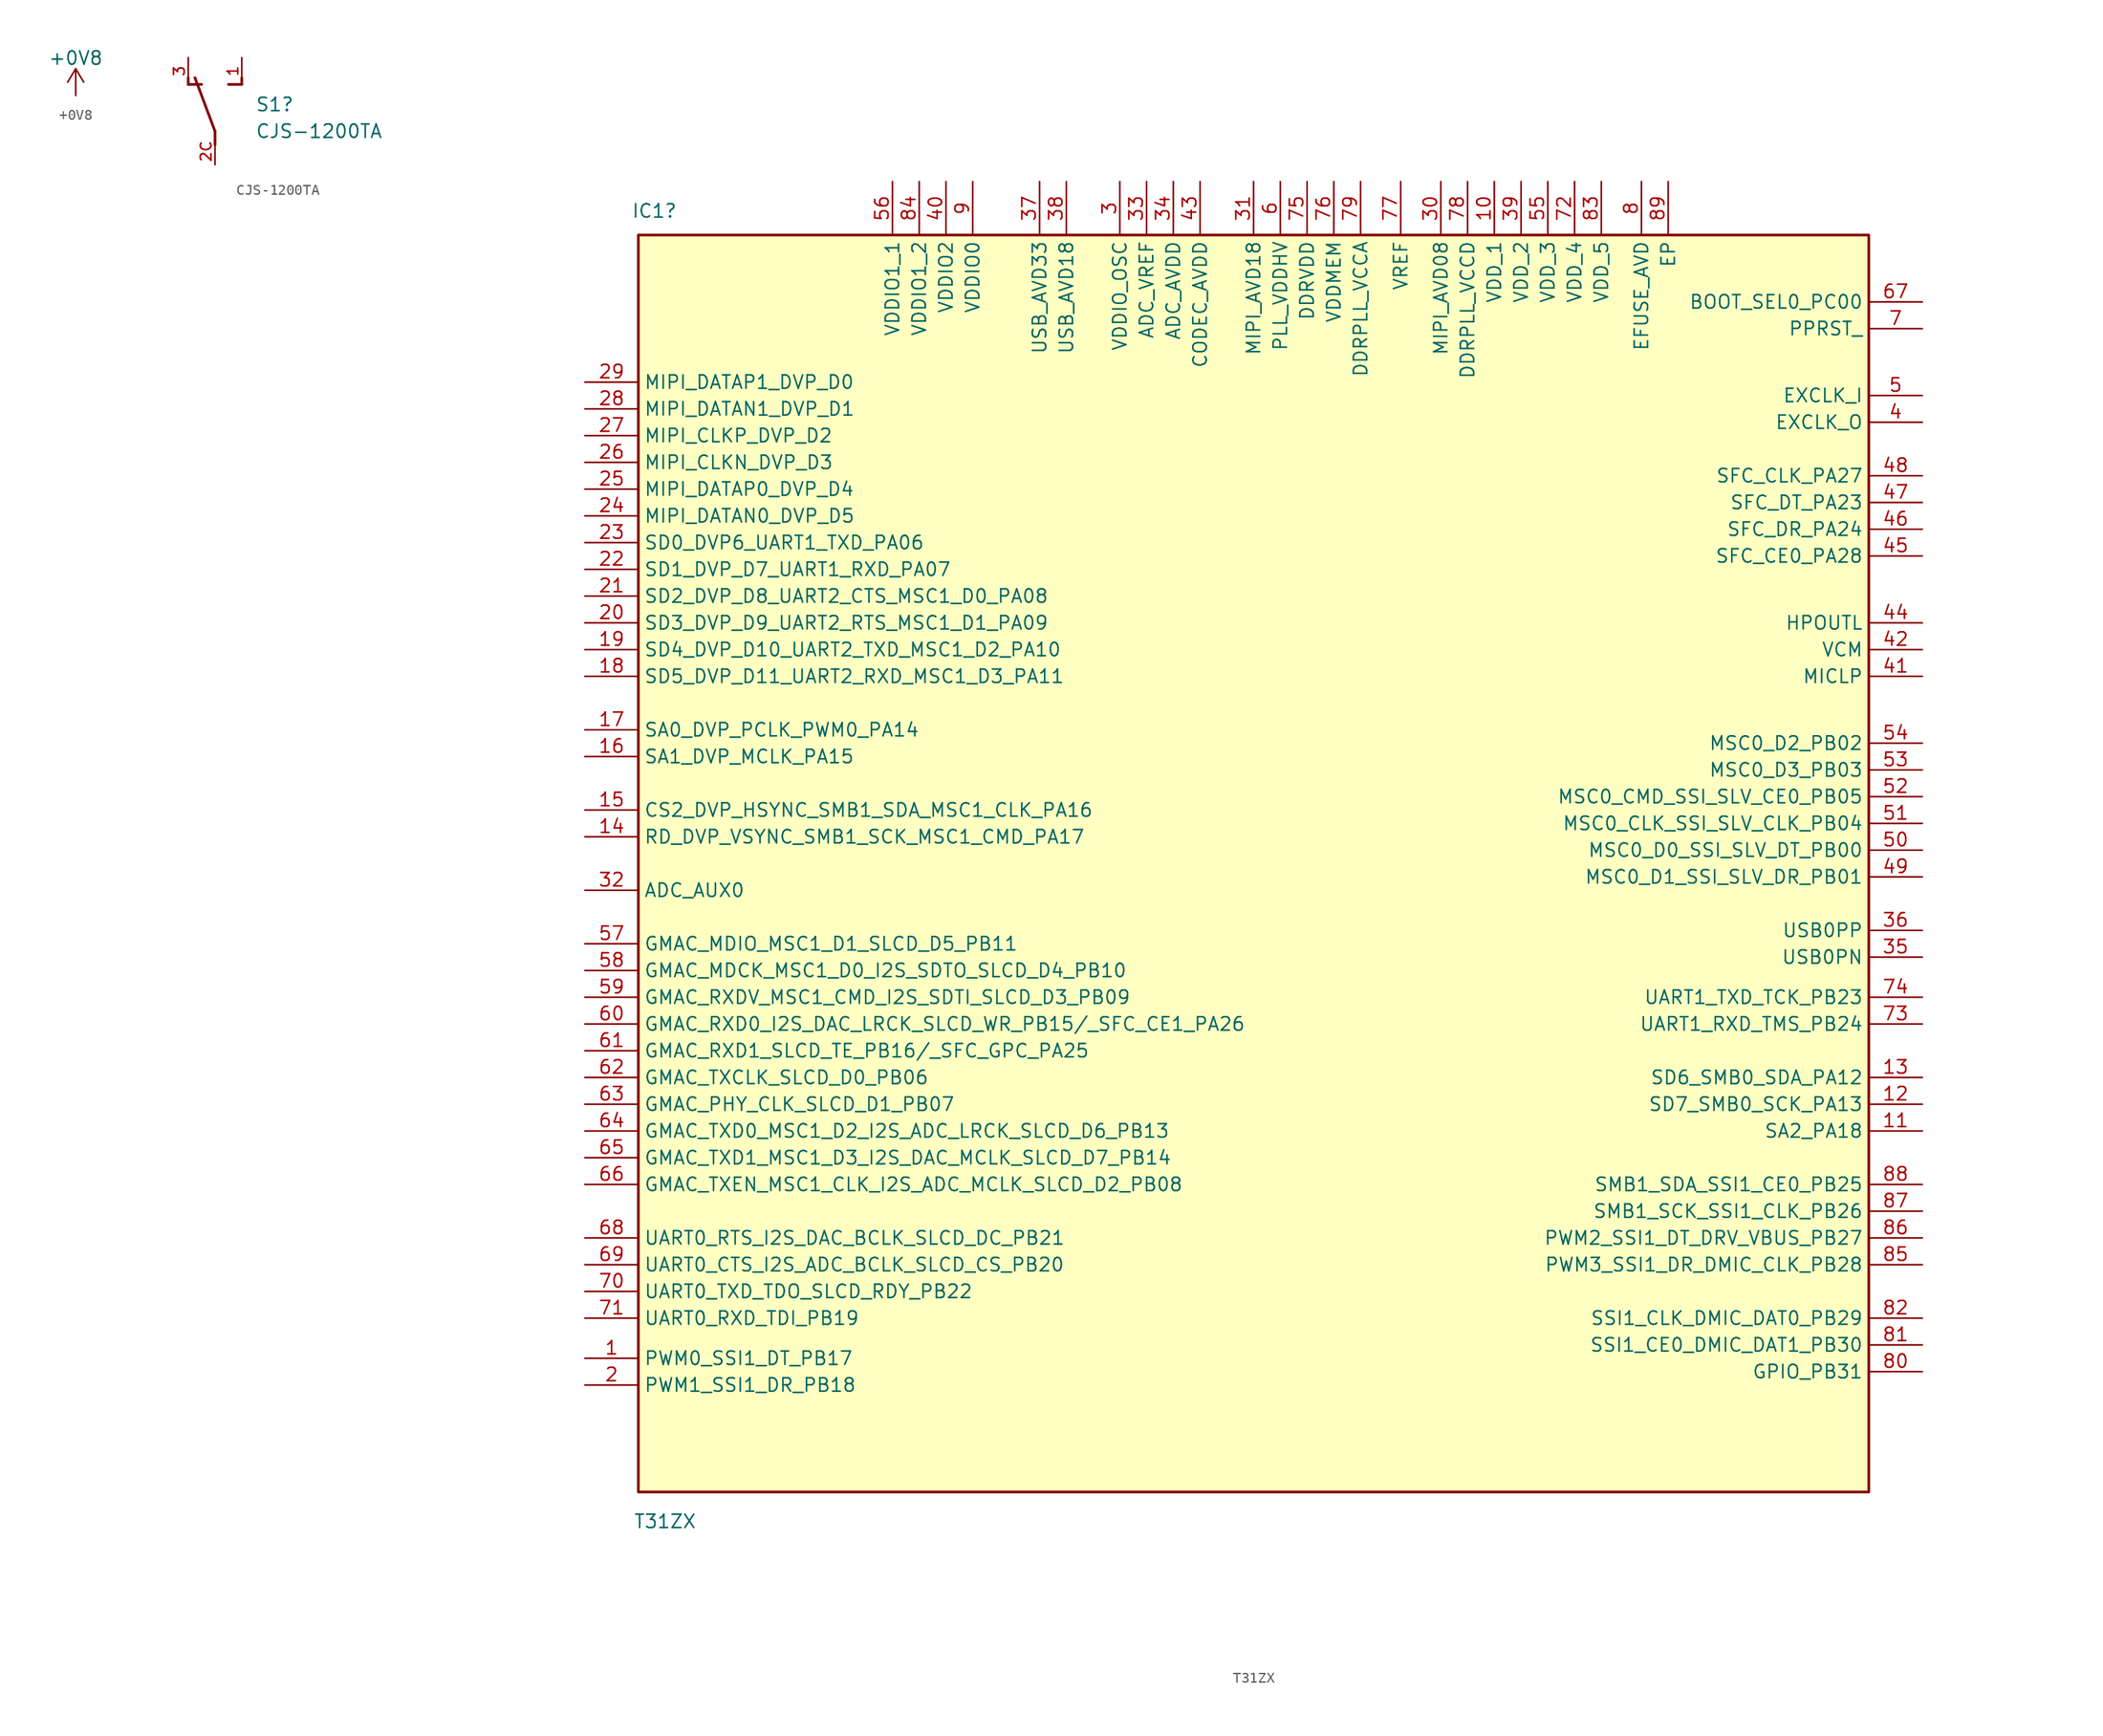
<source format=kicad_sym>
(kicad_symbol_lib
  (version 20220914)
  (generator kicad_symbol_editor)
  (symbol "+0V8"
    (power)
    (pin_names
      (offset 0))
    (property "Reference" "#PWR"
      (at 0 -3.81 0)
      (effects (font (size 1.27 1.27)) hide))
    (property "Value" "+0V8"
      (at 0 3.556 0)
      (effects (font (size 1.27 1.27))))
    (symbol "+0V8_0_1"
      (polyline (pts (xy -0.762 1.27) (xy 0 2.54)) (stroke (width 0) (type default)) (fill (type none)))
      (polyline (pts (xy 0 0) (xy 0 2.54)) (stroke (width 0) (type default)) (fill (type none)))
      (polyline (pts (xy 0 2.54) (xy 0.762 1.27)) (stroke (width 0) (type default)) (fill (type none))))
    (symbol "+0V8_1_1"
      (pin power_in line (at 0 0 90) (length 0) hide (name "+0V8" (effects (font (size 1.27 1.27)))) (number "1" (effects (font (size 1.27 1.27)))))))
  (symbol "CJS-1200TA"
    (pin_names
      (offset 1.016))
    (property "Reference" "S1"
      (at 3.81 0.635 0)
      (effects (font (size 1.27 1.27)) (justify left)))
    (property "Value" "CJS-1200TA"
      (at 3.81 -1.905 0)
      (effects (font (size 1.27 1.27)) (justify left)))
    (symbol "CJS-1200TA_0_0"
      (polyline (pts (xy -2.54 2.54) (xy -2.54 3.175)) (stroke (width 0.254) (type default)) (fill (type none)))
      (polyline (pts (xy -2.54 2.54) (xy -1.27 2.54)) (stroke (width 0.254) (type default)) (fill (type none)))
      (polyline (pts (xy 0 -3.175) (xy 0 -1.905)) (stroke (width 0.254) (type default)) (fill (type none)))
      (polyline (pts (xy 0 -1.905) (xy -1.905 3.175)) (stroke (width 0.254) (type default)) (fill (type none)))
      (polyline (pts (xy 1.27 2.54) (xy 2.54 2.54)) (stroke (width 0.254) (type default)) (fill (type none)))
      (polyline (pts (xy 2.54 2.54) (xy 2.54 3.175)) (stroke (width 0.254) (type default)) (fill (type none)))
      (pin passive line (at 2.54 5.08 270) (length 2.54) (name "~" (effects (font (size 1.016 1.016)))) (number "1" (effects (font (size 1.016 1.016)))))
      (pin passive line (at 0 -5.08 90) (length 2.54) (name "~" (effects (font (size 1.016 1.016)))) (number "2C" (effects (font (size 1.016 1.016)))))
      (pin passive line (at -2.54 5.08 270) (length 2.54) (name "~" (effects (font (size 1.016 1.016)))) (number "3" (effects (font (size 1.016 1.016)))))))
  (symbol "T31ZX"
    (property "Reference" "IC1"
      (at 6.604 53.086 0)
      (effects (font (size 1.27 1.27))))
    (property "Value" "T31ZX"
      (at 7.62 -71.374 0)
      (effects (font (size 1.27 1.27))))
    (symbol "T31ZX_1_1"
      (rectangle (start 5.08 50.8) (end 121.92 -68.58) (stroke (width 0.254) (type default)) (fill (type background)))
      (pin passive line (at 0 -55.88 0) (length 5.08) (name "PWM0_SSI1_DT_PB17" (effects (font (size 1.27 1.27)))) (number "1" (effects (font (size 1.27 1.27)))))
      (pin passive line (at 86.36 55.88 270) (length 5.08) (name "VDD_1" (effects (font (size 1.27 1.27)))) (number "10" (effects (font (size 1.27 1.27)))))
      (pin passive line (at 127 -34.29 180) (length 5.08) (name "SA2_PA18" (effects (font (size 1.27 1.27)))) (number "11" (effects (font (size 1.27 1.27)))))
      (pin passive line (at 127 -31.75 180) (length 5.08) (name "SD7_SMB0_SCK_PA13" (effects (font (size 1.27 1.27)))) (number "12" (effects (font (size 1.27 1.27)))))
      (pin passive line (at 127 -29.21 180) (length 5.08) (name "SD6_SMB0_SDA_PA12" (effects (font (size 1.27 1.27)))) (number "13" (effects (font (size 1.27 1.27)))))
      (pin passive line (at 0 -6.35 0) (length 5.08) (name "RD_DVP_VSYNC_SMB1_SCK_MSC1_CMD_PA17" (effects (font (size 1.27 1.27)))) (number "14" (effects (font (size 1.27 1.27)))))
      (pin passive line (at 0 -3.81 0) (length 5.08) (name "CS2_DVP_HSYNC_SMB1_SDA_MSC1_CLK_PA16" (effects (font (size 1.27 1.27)))) (number "15" (effects (font (size 1.27 1.27)))))
      (pin passive line (at 0 1.27 0) (length 5.08) (name "SA1_DVP_MCLK_PA15" (effects (font (size 1.27 1.27)))) (number "16" (effects (font (size 1.27 1.27)))))
      (pin passive line (at 0 3.81 0) (length 5.08) (name "SA0_DVP_PCLK_PWM0_PA14" (effects (font (size 1.27 1.27)))) (number "17" (effects (font (size 1.27 1.27)))))
      (pin passive line (at 0 8.89 0) (length 5.08) (name "SD5_DVP_D11_UART2_RXD_MSC1_D3_PA11" (effects (font (size 1.27 1.27)))) (number "18" (effects (font (size 1.27 1.27)))))
      (pin passive line (at 0 11.43 0) (length 5.08) (name "SD4_DVP_D10_UART2_TXD_MSC1_D2_PA10" (effects (font (size 1.27 1.27)))) (number "19" (effects (font (size 1.27 1.27)))))
      (pin passive line (at 0 -58.42 0) (length 5.08) (name "PWM1_SSI1_DR_PB18" (effects (font (size 1.27 1.27)))) (number "2" (effects (font (size 1.27 1.27)))))
      (pin passive line (at 0 13.97 0) (length 5.08) (name "SD3_DVP_D9_UART2_RTS_MSC1_D1_PA09" (effects (font (size 1.27 1.27)))) (number "20" (effects (font (size 1.27 1.27)))))
      (pin passive line (at 0 16.51 0) (length 5.08) (name "SD2_DVP_D8_UART2_CTS_MSC1_D0_PA08" (effects (font (size 1.27 1.27)))) (number "21" (effects (font (size 1.27 1.27)))))
      (pin passive line (at 0 19.05 0) (length 5.08) (name "SD1_DVP_D7_UART1_RXD_PA07" (effects (font (size 1.27 1.27)))) (number "22" (effects (font (size 1.27 1.27)))))
      (pin passive line (at 0 21.59 0) (length 5.08) (name "SD0_DVP6_UART1_TXD_PA06" (effects (font (size 1.27 1.27)))) (number "23" (effects (font (size 1.27 1.27)))))
      (pin passive line (at 0 24.13 0) (length 5.08) (name "MIPI_DATAN0_DVP_D5" (effects (font (size 1.27 1.27)))) (number "24" (effects (font (size 1.27 1.27)))))
      (pin passive line (at 0 26.67 0) (length 5.08) (name "MIPI_DATAP0_DVP_D4" (effects (font (size 1.27 1.27)))) (number "25" (effects (font (size 1.27 1.27)))))
      (pin passive line (at 0 29.21 0) (length 5.08) (name "MIPI_CLKN_DVP_D3" (effects (font (size 1.27 1.27)))) (number "26" (effects (font (size 1.27 1.27)))))
      (pin passive line (at 0 31.75 0) (length 5.08) (name "MIPI_CLKP_DVP_D2" (effects (font (size 1.27 1.27)))) (number "27" (effects (font (size 1.27 1.27)))))
      (pin passive line (at 0 34.29 0) (length 5.08) (name "MIPI_DATAN1_DVP_D1" (effects (font (size 1.27 1.27)))) (number "28" (effects (font (size 1.27 1.27)))))
      (pin passive line (at 0 36.83 0) (length 5.08) (name "MIPI_DATAP1_DVP_D0" (effects (font (size 1.27 1.27)))) (number "29" (effects (font (size 1.27 1.27)))))
      (pin passive line (at 50.8 55.88 270) (length 5.08) (name "VDDIO_OSC" (effects (font (size 1.27 1.27)))) (number "3" (effects (font (size 1.27 1.27)))))
      (pin passive line (at 81.28 55.88 270) (length 5.08) (name "MIPI_AVD08" (effects (font (size 1.27 1.27)))) (number "30" (effects (font (size 1.27 1.27)))))
      (pin passive line (at 63.5 55.88 270) (length 5.08) (name "MIPI_AVD18" (effects (font (size 1.27 1.27)))) (number "31" (effects (font (size 1.27 1.27)))))
      (pin passive line (at 0 -11.43 0) (length 5.08) (name "ADC_AUX0" (effects (font (size 1.27 1.27)))) (number "32" (effects (font (size 1.27 1.27)))))
      (pin passive line (at 53.34 55.88 270) (length 5.08) (name "ADC_VREF" (effects (font (size 1.27 1.27)))) (number "33" (effects (font (size 1.27 1.27)))))
      (pin passive line (at 55.88 55.88 270) (length 5.08) (name "ADC_AVDD" (effects (font (size 1.27 1.27)))) (number "34" (effects (font (size 1.27 1.27)))))
      (pin passive line (at 127 -17.78 180) (length 5.08) (name "USB0PN" (effects (font (size 1.27 1.27)))) (number "35" (effects (font (size 1.27 1.27)))))
      (pin passive line (at 127 -15.24 180) (length 5.08) (name "USB0PP" (effects (font (size 1.27 1.27)))) (number "36" (effects (font (size 1.27 1.27)))))
      (pin passive line (at 43.18 55.88 270) (length 5.08) (name "USB_AVD33" (effects (font (size 1.27 1.27)))) (number "37" (effects (font (size 1.27 1.27)))))
      (pin passive line (at 45.72 55.88 270) (length 5.08) (name "USB_AVD18" (effects (font (size 1.27 1.27)))) (number "38" (effects (font (size 1.27 1.27)))))
      (pin passive line (at 88.9 55.88 270) (length 5.08) (name "VDD_2" (effects (font (size 1.27 1.27)))) (number "39" (effects (font (size 1.27 1.27)))))
      (pin passive line (at 127 33.02 180) (length 5.08) (name "EXCLK_O" (effects (font (size 1.27 1.27)))) (number "4" (effects (font (size 1.27 1.27)))))
      (pin passive line (at 34.29 55.88 270) (length 5.08) (name "VDDIO2" (effects (font (size 1.27 1.27)))) (number "40" (effects (font (size 1.27 1.27)))))
      (pin passive line (at 127 8.89 180) (length 5.08) (name "MICLP" (effects (font (size 1.27 1.27)))) (number "41" (effects (font (size 1.27 1.27)))))
      (pin passive line (at 127 11.43 180) (length 5.08) (name "VCM" (effects (font (size 1.27 1.27)))) (number "42" (effects (font (size 1.27 1.27)))))
      (pin passive line (at 58.42 55.88 270) (length 5.08) (name "CODEC_AVDD" (effects (font (size 1.27 1.27)))) (number "43" (effects (font (size 1.27 1.27)))))
      (pin passive line (at 127 13.97 180) (length 5.08) (name "HPOUTL" (effects (font (size 1.27 1.27)))) (number "44" (effects (font (size 1.27 1.27)))))
      (pin passive line (at 127 20.32 180) (length 5.08) (name "SFC_CE0_PA28" (effects (font (size 1.27 1.27)))) (number "45" (effects (font (size 1.27 1.27)))))
      (pin passive line (at 127 22.86 180) (length 5.08) (name "SFC_DR_PA24" (effects (font (size 1.27 1.27)))) (number "46" (effects (font (size 1.27 1.27)))))
      (pin passive line (at 127 25.4 180) (length 5.08) (name "SFC_DT_PA23" (effects (font (size 1.27 1.27)))) (number "47" (effects (font (size 1.27 1.27)))))
      (pin passive line (at 127 27.94 180) (length 5.08) (name "SFC_CLK_PA27" (effects (font (size 1.27 1.27)))) (number "48" (effects (font (size 1.27 1.27)))))
      (pin passive line (at 127 -10.16 180) (length 5.08) (name "MSC0_D1_SSI_SLV_DR_PB01" (effects (font (size 1.27 1.27)))) (number "49" (effects (font (size 1.27 1.27)))))
      (pin passive line (at 127 35.56 180) (length 5.08) (name "EXCLK_I" (effects (font (size 1.27 1.27)))) (number "5" (effects (font (size 1.27 1.27)))))
      (pin passive line (at 127 -7.62 180) (length 5.08) (name "MSC0_D0_SSI_SLV_DT_PB00" (effects (font (size 1.27 1.27)))) (number "50" (effects (font (size 1.27 1.27)))))
      (pin passive line (at 127 -5.08 180) (length 5.08) (name "MSC0_CLK_SSI_SLV_CLK_PB04" (effects (font (size 1.27 1.27)))) (number "51" (effects (font (size 1.27 1.27)))))
      (pin passive line (at 127 -2.54 180) (length 5.08) (name "MSC0_CMD_SSI_SLV_CE0_PB05" (effects (font (size 1.27 1.27)))) (number "52" (effects (font (size 1.27 1.27)))))
      (pin passive line (at 127 0 180) (length 5.08) (name "MSC0_D3_PB03" (effects (font (size 1.27 1.27)))) (number "53" (effects (font (size 1.27 1.27)))))
      (pin passive line (at 127 2.54 180) (length 5.08) (name "MSC0_D2_PB02" (effects (font (size 1.27 1.27)))) (number "54" (effects (font (size 1.27 1.27)))))
      (pin passive line (at 91.44 55.88 270) (length 5.08) (name "VDD_3" (effects (font (size 1.27 1.27)))) (number "55" (effects (font (size 1.27 1.27)))))
      (pin passive line (at 29.21 55.88 270) (length 5.08) (name "VDDIO1_1" (effects (font (size 1.27 1.27)))) (number "56" (effects (font (size 1.27 1.27)))))
      (pin passive line (at 0 -16.51 0) (length 5.08) (name "GMAC_MDIO_MSC1_D1_SLCD_D5_PB11" (effects (font (size 1.27 1.27)))) (number "57" (effects (font (size 1.27 1.27)))))
      (pin passive line (at 0 -19.05 0) (length 5.08) (name "GMAC_MDCK_MSC1_D0_I2S_SDTO_SLCD_D4_PB10" (effects (font (size 1.27 1.27)))) (number "58" (effects (font (size 1.27 1.27)))))
      (pin passive line (at 0 -21.59 0) (length 5.08) (name "GMAC_RXDV_MSC1_CMD_I2S_SDTI_SLCD_D3_PB09" (effects (font (size 1.27 1.27)))) (number "59" (effects (font (size 1.27 1.27)))))
      (pin passive line (at 66.04 55.88 270) (length 5.08) (name "PLL_VDDHV" (effects (font (size 1.27 1.27)))) (number "6" (effects (font (size 1.27 1.27)))))
      (pin passive line (at 0 -24.13 0) (length 5.08) (name "GMAC_RXD0_I2S_DAC_LRCK_SLCD_WR_PB15/_SFC_CE1_PA26" (effects (font (size 1.27 1.27)))) (number "60" (effects (font (size 1.27 1.27)))))
      (pin passive line (at 0 -26.67 0) (length 5.08) (name "GMAC_RXD1_SLCD_TE_PB16/_SFC_GPC_PA25" (effects (font (size 1.27 1.27)))) (number "61" (effects (font (size 1.27 1.27)))))
      (pin passive line (at 0 -29.21 0) (length 5.08) (name "GMAC_TXCLK_SLCD_D0_PB06" (effects (font (size 1.27 1.27)))) (number "62" (effects (font (size 1.27 1.27)))))
      (pin passive line (at 0 -31.75 0) (length 5.08) (name "GMAC_PHY_CLK_SLCD_D1_PB07" (effects (font (size 1.27 1.27)))) (number "63" (effects (font (size 1.27 1.27)))))
      (pin passive line (at 0 -34.29 0) (length 5.08) (name "GMAC_TXD0_MSC1_D2_I2S_ADC_LRCK_SLCD_D6_PB13" (effects (font (size 1.27 1.27)))) (number "64" (effects (font (size 1.27 1.27)))))
      (pin passive line (at 0 -36.83 0) (length 5.08) (name "GMAC_TXD1_MSC1_D3_I2S_DAC_MCLK_SLCD_D7_PB14" (effects (font (size 1.27 1.27)))) (number "65" (effects (font (size 1.27 1.27)))))
      (pin passive line (at 0 -39.37 0) (length 5.08) (name "GMAC_TXEN_MSC1_CLK_I2S_ADC_MCLK_SLCD_D2_PB08" (effects (font (size 1.27 1.27)))) (number "66" (effects (font (size 1.27 1.27)))))
      (pin passive line (at 127 44.45 180) (length 5.08) (name "BOOT_SEL0_PC00" (effects (font (size 1.27 1.27)))) (number "67" (effects (font (size 1.27 1.27)))))
      (pin passive line (at 0 -44.45 0) (length 5.08) (name "UART0_RTS_I2S_DAC_BCLK_SLCD_DC_PB21" (effects (font (size 1.27 1.27)))) (number "68" (effects (font (size 1.27 1.27)))))
      (pin passive line (at 0 -46.99 0) (length 5.08) (name "UART0_CTS_I2S_ADC_BCLK_SLCD_CS_PB20" (effects (font (size 1.27 1.27)))) (number "69" (effects (font (size 1.27 1.27)))))
      (pin passive line (at 127 41.91 180) (length 5.08) (name "PPRST_" (effects (font (size 1.27 1.27)))) (number "7" (effects (font (size 1.27 1.27)))))
      (pin passive line (at 0 -49.53 0) (length 5.08) (name "UART0_TXD_TDO_SLCD_RDY_PB22" (effects (font (size 1.27 1.27)))) (number "70" (effects (font (size 1.27 1.27)))))
      (pin passive line (at 0 -52.07 0) (length 5.08) (name "UART0_RXD_TDI_PB19" (effects (font (size 1.27 1.27)))) (number "71" (effects (font (size 1.27 1.27)))))
      (pin passive line (at 93.98 55.88 270) (length 5.08) (name "VDD_4" (effects (font (size 1.27 1.27)))) (number "72" (effects (font (size 1.27 1.27)))))
      (pin passive line (at 127 -24.13 180) (length 5.08) (name "UART1_RXD_TMS_PB24" (effects (font (size 1.27 1.27)))) (number "73" (effects (font (size 1.27 1.27)))))
      (pin passive line (at 127 -21.59 180) (length 5.08) (name "UART1_TXD_TCK_PB23" (effects (font (size 1.27 1.27)))) (number "74" (effects (font (size 1.27 1.27)))))
      (pin passive line (at 68.58 55.88 270) (length 5.08) (name "DDRVDD" (effects (font (size 1.27 1.27)))) (number "75" (effects (font (size 1.27 1.27)))))
      (pin passive line (at 71.12 55.88 270) (length 5.08) (name "VDDMEM" (effects (font (size 1.27 1.27)))) (number "76" (effects (font (size 1.27 1.27)))))
      (pin passive line (at 77.47 55.88 270) (length 5.08) (name "VREF" (effects (font (size 1.27 1.27)))) (number "77" (effects (font (size 1.27 1.27)))))
      (pin passive line (at 83.82 55.88 270) (length 5.08) (name "DDRPLL_VCCD" (effects (font (size 1.27 1.27)))) (number "78" (effects (font (size 1.27 1.27)))))
      (pin passive line (at 73.66 55.88 270) (length 5.08) (name "DDRPLL_VCCA" (effects (font (size 1.27 1.27)))) (number "79" (effects (font (size 1.27 1.27)))))
      (pin passive line (at 100.33 55.88 270) (length 5.08) (name "EFUSE_AVD" (effects (font (size 1.27 1.27)))) (number "8" (effects (font (size 1.27 1.27)))))
      (pin passive line (at 127 -57.15 180) (length 5.08) (name "GPIO_PB31" (effects (font (size 1.27 1.27)))) (number "80" (effects (font (size 1.27 1.27)))))
      (pin passive line (at 127 -54.61 180) (length 5.08) (name "SSI1_CE0_DMIC_DAT1_PB30" (effects (font (size 1.27 1.27)))) (number "81" (effects (font (size 1.27 1.27)))))
      (pin passive line (at 127 -52.07 180) (length 5.08) (name "SSI1_CLK_DMIC_DAT0_PB29" (effects (font (size 1.27 1.27)))) (number "82" (effects (font (size 1.27 1.27)))))
      (pin passive line (at 96.52 55.88 270) (length 5.08) (name "VDD_5" (effects (font (size 1.27 1.27)))) (number "83" (effects (font (size 1.27 1.27)))))
      (pin passive line (at 31.75 55.88 270) (length 5.08) (name "VDDIO1_2" (effects (font (size 1.27 1.27)))) (number "84" (effects (font (size 1.27 1.27)))))
      (pin passive line (at 127 -46.99 180) (length 5.08) (name "PWM3_SSI1_DR_DMIC_CLK_PB28" (effects (font (size 1.27 1.27)))) (number "85" (effects (font (size 1.27 1.27)))))
      (pin passive line (at 127 -44.45 180) (length 5.08) (name "PWM2_SSI1_DT_DRV_VBUS_PB27" (effects (font (size 1.27 1.27)))) (number "86" (effects (font (size 1.27 1.27)))))
      (pin passive line (at 127 -41.91 180) (length 5.08) (name "SMB1_SCK_SSI1_CLK_PB26" (effects (font (size 1.27 1.27)))) (number "87" (effects (font (size 1.27 1.27)))))
      (pin passive line (at 127 -39.37 180) (length 5.08) (name "SMB1_SDA_SSI1_CE0_PB25" (effects (font (size 1.27 1.27)))) (number "88" (effects (font (size 1.27 1.27)))))
      (pin passive line (at 102.87 55.88 270) (length 5.08) (name "EP" (effects (font (size 1.27 1.27)))) (number "89" (effects (font (size 1.27 1.27)))))
      (pin passive line (at 36.83 55.88 270) (length 5.08) (name "VDDIO0" (effects (font (size 1.27 1.27)))) (number "9" (effects (font (size 1.27 1.27))))))))
</source>
